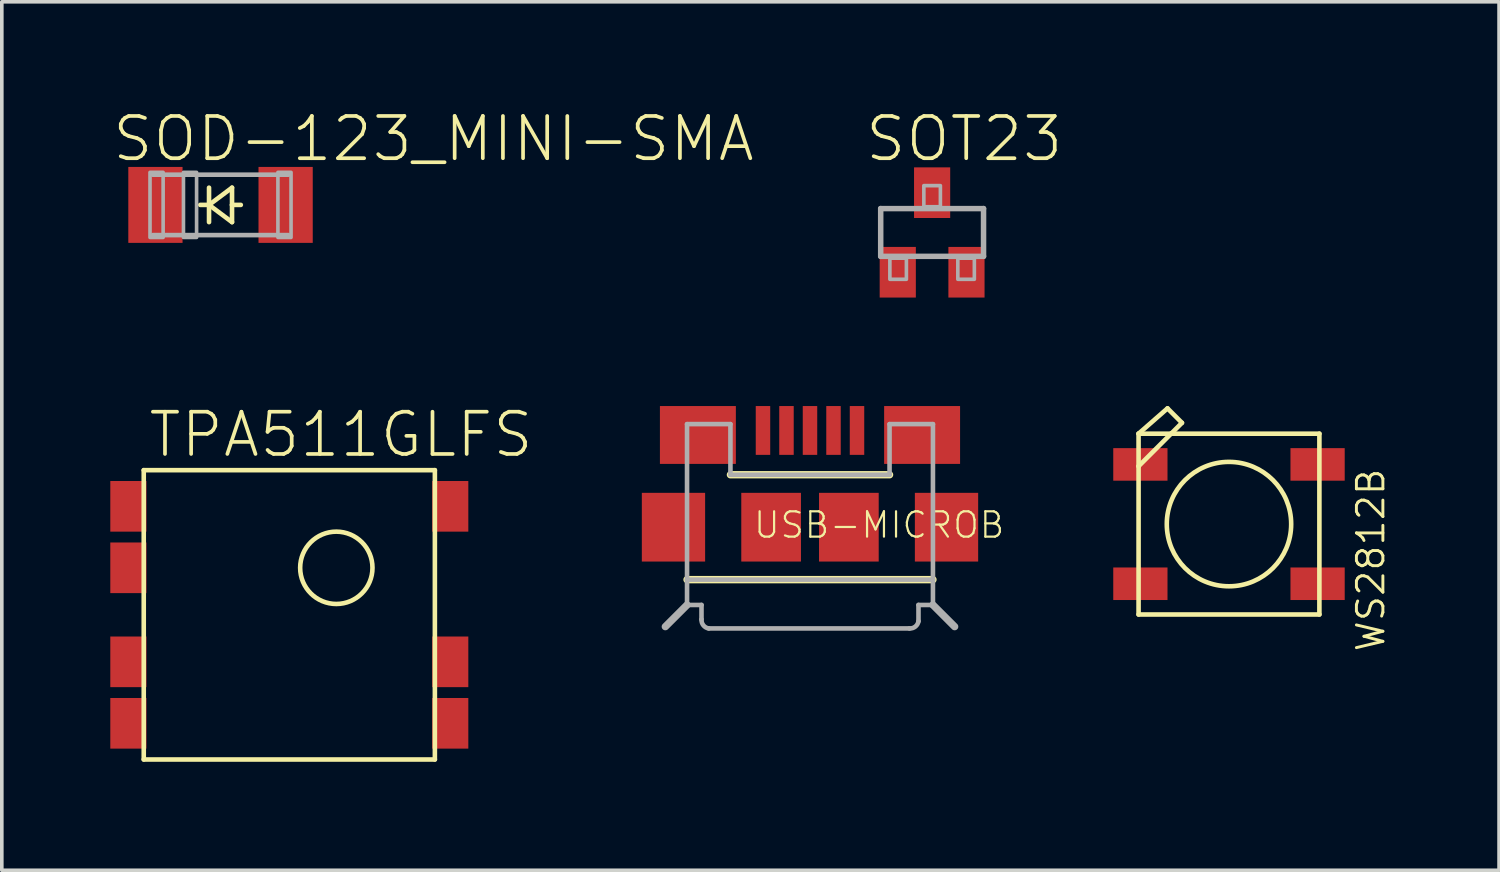
<source format=kicad_pcb>
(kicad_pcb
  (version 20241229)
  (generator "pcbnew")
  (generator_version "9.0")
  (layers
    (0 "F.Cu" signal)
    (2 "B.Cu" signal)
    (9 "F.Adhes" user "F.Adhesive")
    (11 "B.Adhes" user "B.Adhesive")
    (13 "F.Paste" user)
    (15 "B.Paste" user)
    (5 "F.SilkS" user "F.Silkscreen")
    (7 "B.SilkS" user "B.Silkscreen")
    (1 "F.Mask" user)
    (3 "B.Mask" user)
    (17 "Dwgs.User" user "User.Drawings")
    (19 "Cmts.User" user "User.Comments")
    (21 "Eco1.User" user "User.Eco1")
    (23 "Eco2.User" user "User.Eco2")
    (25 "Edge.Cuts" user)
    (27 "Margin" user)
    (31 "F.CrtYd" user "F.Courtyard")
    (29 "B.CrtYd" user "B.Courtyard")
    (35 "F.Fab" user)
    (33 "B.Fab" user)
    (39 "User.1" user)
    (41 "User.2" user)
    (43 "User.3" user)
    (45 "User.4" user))
  (footprint "SOD-123_MINI-SMA"
    (layer "F.Cu")
    (at 3.048 2.616)
    (property "Reference" "SOD-123_MINI-SMA" (at -3.048 -1.143 0) (layer "F.SilkS") (effects (font (size 1.168 1.168) (thickness 0.102)) (justify left bottom)))
    (fp_line (start -0.318 0) (end -0.561 0) (stroke (width 0.127) (type solid)) (layer "F.SilkS"))
    (fp_line (start -0.318 0) (end -0.318 -0.476) (stroke (width 0.127) (type solid)) (layer "F.SilkS"))
    (fp_line (start -0.318 0) (end -0.318 0.476) (stroke (width 0.127) (type solid)) (layer "F.SilkS"))
    (fp_line (start -0.318 0) (end 0.318 0.476) (stroke (width 0.127) (type solid)) (layer "F.SilkS"))
    (fp_line (start 0.318 -0.476) (end -0.318 0) (stroke (width 0.127) (type solid)) (layer "F.SilkS"))
    (fp_line (start 0.318 0) (end 0.318 -0.476) (stroke (width 0.127) (type solid)) (layer "F.SilkS"))
    (fp_line (start 0.318 0) (end 0.561 0) (stroke (width 0.127) (type solid)) (layer "F.SilkS"))
    (fp_line (start 0.318 0.476) (end 0.318 0) (stroke (width 0.127) (type solid)) (layer "F.SilkS"))
    (fp_line (start -1.873 -0.835) (end 1.873 -0.835) (stroke (width 0.127) (type solid)) (layer "F.Fab"))
    (fp_line (start -1.873 0.835) (end 1.873 0.835) (stroke (width 0.127) (type solid)) (layer "F.Fab"))
    (fp_poly (pts (xy -1.95 0.9) (xy -1.587 0.9) (xy -1.587 -0.9) (xy -1.95 -0.9)) (stroke (width 0.1) (type solid)) (fill no) (layer "F.Fab"))
    (fp_poly (pts (xy -1.025 0.9) (xy -0.662 0.9) (xy -0.662 -0.9) (xy -1.025 -0.9)) (stroke (width 0.1) (type solid)) (fill no) (layer "F.Fab"))
    (fp_poly (pts (xy 1.587 0.9) (xy 1.95 0.9) (xy 1.95 -0.9) (xy 1.587 -0.9)) (stroke (width 0.1) (type solid)) (fill no) (layer "F.Fab"))
    (pad "A" smd rect (at 1.8 0 180) (size 1.5 2.1) (layers "F.Cu" "F.Mask" "F.Paste"))
    (pad "C" smd rect (at -1.8 0 180) (size 1.5 2.1) (layers "F.Cu" "F.Mask" "F.Paste")))
  (footprint "SOT23"
    (layer "F.Cu")
    (at 22.725 3.378)
    (property "Reference" "SOT23" (at -1.905 -1.905 0) (layer "F.SilkS") (effects (font (size 1.168 1.168) (thickness 0.102)) (justify left bottom)))
    (fp_line (start -1.422 -0.66) (end 1.422 -0.66) (stroke (width 0.152) (type solid)) (layer "F.Fab"))
    (fp_line (start -1.422 0.66) (end -1.422 -0.66) (stroke (width 0.152) (type solid)) (layer "F.Fab"))
    (fp_line (start 1.422 -0.66) (end 1.422 0.66) (stroke (width 0.152) (type solid)) (layer "F.Fab"))
    (fp_line (start 1.422 0.66) (end -1.422 0.66) (stroke (width 0.152) (type solid)) (layer "F.Fab"))
    (fp_poly (pts (xy -1.168 1.295) (xy -0.711 1.295) (xy -0.711 0.711) (xy -1.168 0.711)) (stroke (width 0.1) (type solid)) (fill no) (layer "F.Fab"))
    (fp_poly (pts (xy -0.229 -0.711) (xy 0.229 -0.711) (xy 0.229 -1.295) (xy -0.229 -1.295)) (stroke (width 0.1) (type solid)) (fill no) (layer "F.Fab"))
    (fp_poly (pts (xy 0.711 1.295) (xy 1.168 1.295) (xy 1.168 0.711) (xy 0.711 0.711)) (stroke (width 0.1) (type solid)) (fill no) (layer "F.Fab"))
    (pad "1" smd rect (at -0.95 1.1) (size 1 1.4) (layers "F.Cu" "F.Mask" "F.Paste"))
    (pad "2" smd rect (at 0.95 1.1) (size 1 1.4) (layers "F.Cu" "F.Mask" "F.Paste"))
    (pad "3" smd rect (at 0 -1.1) (size 1 1.4) (layers "F.Cu" "F.Mask" "F.Paste")))
  (footprint "USB-MICROB"
    (layer "F.Cu")
    (at 19.348 11.528)
    (property "Reference" "USB-MICROB" (at -1.6 0.35 0) (layer "F.SilkS") (effects (font (size 0.701 0.701) (thickness 0.061)) (justify left bottom)))
    (fp_line (start -3.4 1.45) (end 3.4 1.45) (stroke (width 0.203) (type solid)) (layer "F.SilkS"))
    (fp_line (start -2.2 -1.45) (end 2.2 -1.45) (stroke (width 0.203) (type solid)) (layer "F.SilkS"))
    (fp_line (start -3.4 -2.85) (end -2.2 -2.85) (stroke (width 0.127) (type solid)) (layer "F.Fab"))
    (fp_line (start -3.4 1.45) (end -3.4 -2.85) (stroke (width 0.127) (type solid)) (layer "F.Fab"))
    (fp_line (start -3.4 1.45) (end 3.4 1.45) (stroke (width 0.127) (type solid)) (layer "F.Fab"))
    (fp_line (start -3.4 2.15) (end -4 2.75) (stroke (width 0.203) (type solid)) (layer "F.Fab"))
    (fp_line (start -3.4 2.15) (end -3.4 1.45) (stroke (width 0.127) (type solid)) (layer "F.Fab"))
    (fp_line (start -3.4 2.15) (end -3 2.15) (stroke (width 0.127) (type solid)) (layer "F.Fab"))
    (fp_line (start -3 2.15) (end -3 2.55) (stroke (width 0.127) (type solid)) (layer "F.Fab"))
    (fp_line (start -2.8 2.8) (end 2.75 2.8) (stroke (width 0.127) (type solid)) (layer "F.Fab"))
    (fp_line (start -2.2 -1.45) (end -2.2 -2.85) (stroke (width 0.127) (type solid)) (layer "F.Fab"))
    (fp_line (start -2.2 -1.45) (end 2.2 -1.45) (stroke (width 0.127) (type solid)) (layer "F.Fab"))
    (fp_line (start 2.2 -1.45) (end 2.2 -2.85) (stroke (width 0.127) (type solid)) (layer "F.Fab"))
    (fp_line (start 3 2.15) (end 3.4 2.15) (stroke (width 0.127) (type solid)) (layer "F.Fab"))
    (fp_line (start 3 2.6) (end 3 2.15) (stroke (width 0.127) (type solid)) (layer "F.Fab"))
    (fp_line (start 3.4 -2.85) (end 2.2 -2.85) (stroke (width 0.127) (type solid)) (layer "F.Fab"))
    (fp_line (start 3.4 -2.85) (end 3.4 1.45) (stroke (width 0.127) (type solid)) (layer "F.Fab"))
    (fp_line (start 3.4 1.45) (end 3.4 2.15) (stroke (width 0.127) (type solid)) (layer "F.Fab"))
    (fp_line (start 3.4 2.15) (end 4 2.75) (stroke (width 0.203) (type solid)) (layer "F.Fab"))
    (fp_arc (start -2.799998 2.8) (mid -2.948325 2.713661) (end -3 2.55) (stroke (width 0.127) (type solid)) (layer "F.Fab"))
    (fp_arc (start 3 2.599998) (mid 2.913661 2.748325) (end 2.75 2.8) (stroke (width 0.127) (type solid)) (layer "F.Fab"))
    (pad "D+" smd rect (at 0 -2.675 90) (size 1.35 0.4) (layers "F.Cu" "F.Mask" "F.Paste"))
    (pad "D-" smd rect (at -0.65 -2.675 90) (size 1.35 0.4) (layers "F.Cu" "F.Mask" "F.Paste"))
    (pad "GND" smd rect (at 1.3 -2.675 90) (size 1.35 0.4) (layers "F.Cu" "F.Mask" "F.Paste"))
    (pad "ID" smd rect (at 0.65 -2.675 90) (size 1.35 0.4) (layers "F.Cu" "F.Mask" "F.Paste"))
    (pad "MT1" smd rect (at -3.775 0) (size 1.75 1.9) (layers "F.Cu" "F.Mask" "F.Paste"))
    (pad "MT2" smd rect (at 3.775 0) (size 1.75 1.9) (layers "F.Cu" "F.Mask" "F.Paste"))
    (pad "MT3" smd rect (at 3.1 -2.55) (size 2.1 1.6) (layers "F.Cu" "F.Mask" "F.Paste"))
    (pad "MT4" smd rect (at -3.1 -2.55) (size 2.1 1.6) (layers "F.Cu" "F.Mask" "F.Paste"))
    (pad "P$1" smd rect (at -1.075 0) (size 1.65 1.9) (layers "F.Cu" "F.Mask" "F.Paste"))
    (pad "P$2" smd rect (at 1.075 0) (size 1.65 1.9) (layers "F.Cu" "F.Mask" "F.Paste"))
    (pad "VBUS" smd rect (at -1.3 -2.675 90) (size 1.35 0.4) (layers "F.Cu" "F.Mask" "F.Paste")))
  (footprint "TPA511GLFS"
    (layer "F.Cu")
    (at 6.25 12.651)
    (property "Reference" "TPA511GLFS" (at -5.25 -3 0) (layer "F.SilkS") (effects (font (size 1.168 1.168) (thickness 0.102)) (justify left bottom)))
    (fp_line (start -5.325 -2.7) (end -5.325 5.3) (stroke (width 0.127) (type solid)) (layer "F.SilkS"))
    (fp_line (start -5.325 5.3) (end 2.725 5.3) (stroke (width 0.127) (type solid)) (layer "F.SilkS"))
    (fp_line (start 2.725 -2.7) (end -5.325 -2.7) (stroke (width 0.127) (type solid)) (layer "F.SilkS"))
    (fp_line (start 2.725 5.3) (end 2.725 -2.7) (stroke (width 0.127) (type solid)) (layer "F.SilkS"))
    (fp_circle (center 0 0) (end 1 0) (stroke (width 0.127) (type solid)) (fill no) (layer "F.SilkS"))
    (pad "1" smd rect (at -5.75 4.3) (size 1 1.4) (layers "F.Cu" "F.Mask" "F.Paste"))
    (pad "2" smd rect (at -5.75 2.6) (size 1 1.4) (layers "F.Cu" "F.Mask" "F.Paste"))
    (pad "3" smd rect (at 3.15 2.6) (size 1 1.4) (layers "F.Cu" "F.Mask" "F.Paste"))
    (pad "4" smd rect (at 3.15 4.3) (size 1 1.4) (layers "F.Cu" "F.Mask" "F.Paste"))
    (pad "5" smd rect (at 3.15 -1.7) (size 1 1.4) (layers "F.Cu" "F.Mask" "F.Paste"))
    (pad "6" smd rect (at -5.75 0) (size 1 1.4) (layers "F.Cu" "F.Mask" "F.Paste"))
    (pad "7" smd rect (at -5.75 -1.7) (size 1 1.4) (layers "F.Cu" "F.Mask" "F.Paste")))
  (footprint "WS2812B"
    (layer "F.Cu")
    (at 30.934 11.442)
    (property "Reference" "WS2812B" (at 3.493 -1.587 90) (layer "F.SilkS") (effects (font (size 0.732 0.732) (thickness 0.081)) (justify right top)))
    (fp_line (start -2.5 -2.5) (end -1.6 -2.5) (stroke (width 0.127) (type solid)) (layer "F.SilkS"))
    (fp_line (start -2.5 -1.6) (end -2.5 -2.5) (stroke (width 0.127) (type solid)) (layer "F.SilkS"))
    (fp_line (start -2.5 -1.6) (end -1.6 -2.5) (stroke (width 0.127) (type solid)) (layer "F.SilkS"))
    (fp_line (start -2.5 2.5) (end -2.5 -1.6) (stroke (width 0.127) (type solid)) (layer "F.SilkS"))
    (fp_line (start -1.7 -3.2) (end -2.5 -2.5) (stroke (width 0.127) (type solid)) (layer "F.SilkS"))
    (fp_line (start -1.6 -2.5) (end -1.3 -2.8) (stroke (width 0.127) (type solid)) (layer "F.SilkS"))
    (fp_line (start -1.6 -2.5) (end 2.5 -2.5) (stroke (width 0.127) (type solid)) (layer "F.SilkS"))
    (fp_line (start -1.3 -2.8) (end -1.7 -3.2) (stroke (width 0.127) (type solid)) (layer "F.SilkS"))
    (fp_line (start 2.5 -2.5) (end 2.5 2.5) (stroke (width 0.127) (type solid)) (layer "F.SilkS"))
    (fp_line (start 2.5 2.5) (end -2.5 2.5) (stroke (width 0.127) (type solid)) (layer "F.SilkS"))
    (fp_circle (center 0 0) (end 1.72 0) (stroke (width 0.127) (type solid)) (fill no) (layer "F.SilkS"))
    (pad "1-VDD" smd rect (at 2.45 1.65 180) (size 1.5 0.9) (layers "F.Cu" "F.Mask" "F.Paste"))
    (pad "2-DOUT" smd rect (at 2.45 -1.65 180) (size 1.5 0.9) (layers "F.Cu" "F.Mask" "F.Paste"))
    (pad "3-GND" smd rect (at -2.45 -1.65 180) (size 1.5 0.9) (layers "F.Cu" "F.Mask" "F.Paste"))
    (pad "4-DIN" smd rect (at -2.45 1.65 180) (size 1.5 0.9) (layers "F.Cu" "F.Mask" "F.Paste")))
  (gr_rect
    (start -3 -3)
    (end 38.402 21.015)
    (stroke (width 0.1) (type default))
    (fill no)
    (layer "Edge.Cuts")))
</source>
